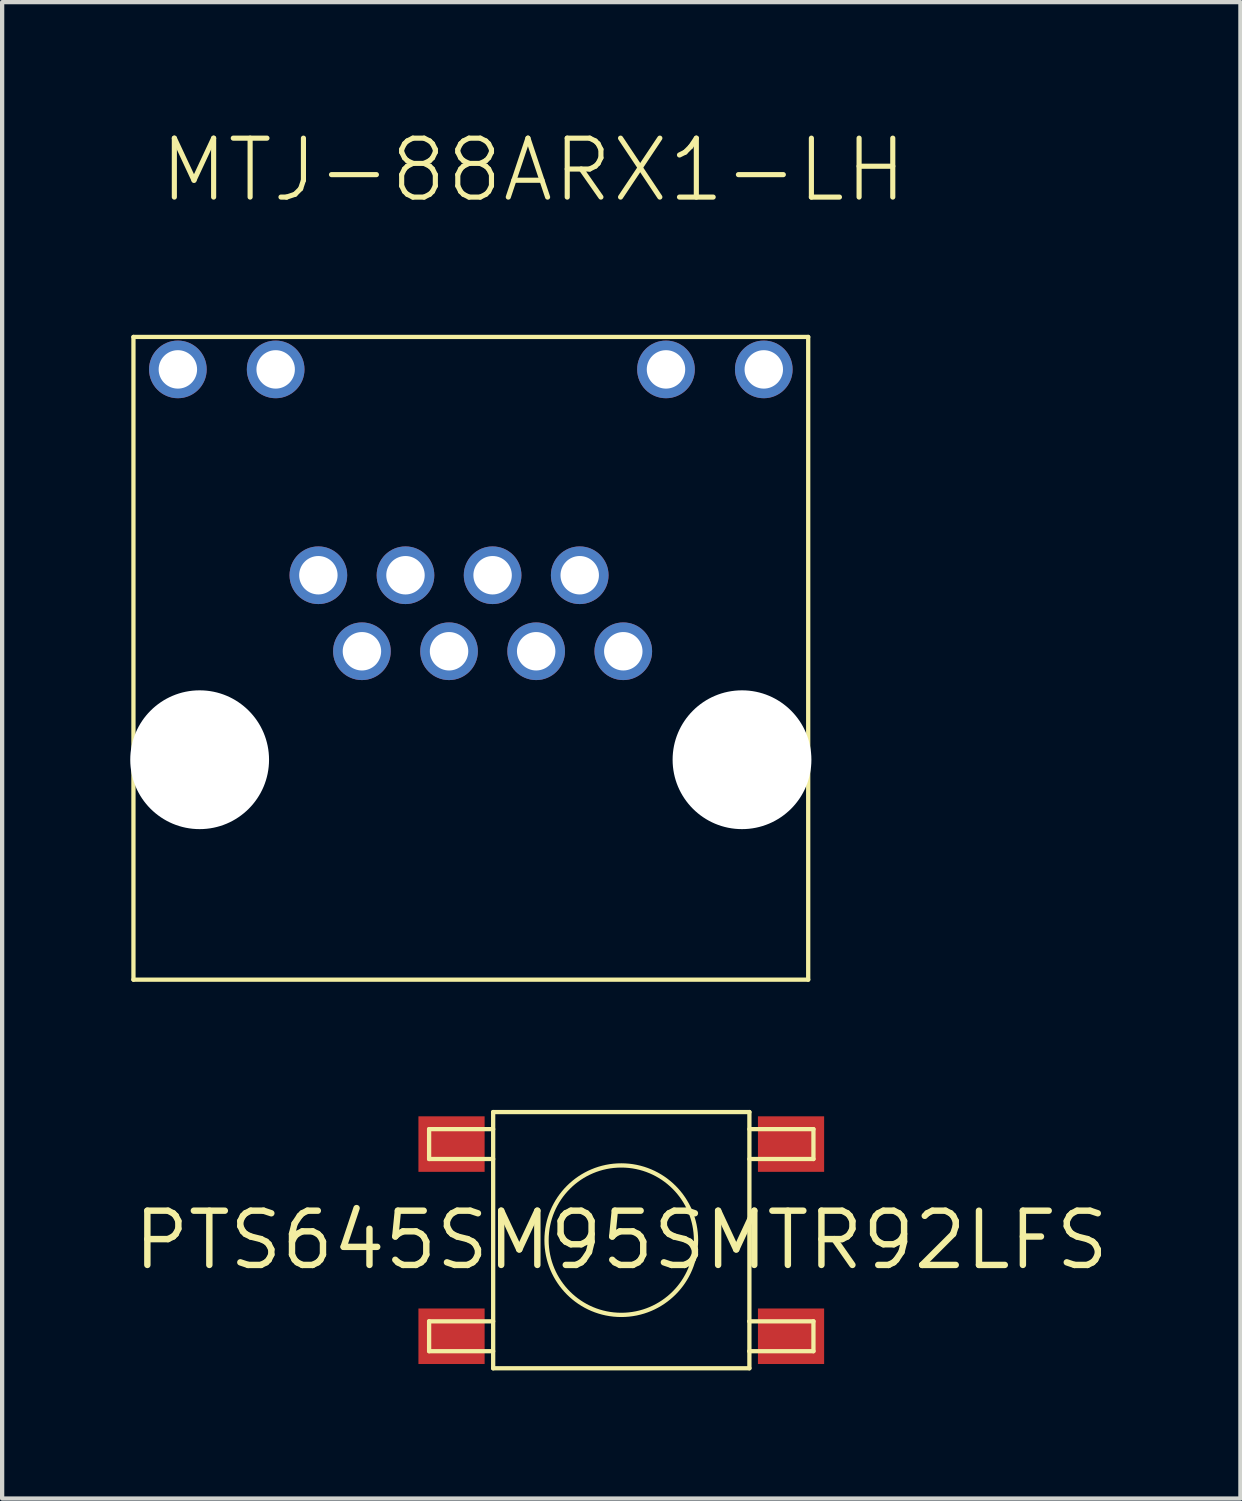
<source format=kicad_pcb>
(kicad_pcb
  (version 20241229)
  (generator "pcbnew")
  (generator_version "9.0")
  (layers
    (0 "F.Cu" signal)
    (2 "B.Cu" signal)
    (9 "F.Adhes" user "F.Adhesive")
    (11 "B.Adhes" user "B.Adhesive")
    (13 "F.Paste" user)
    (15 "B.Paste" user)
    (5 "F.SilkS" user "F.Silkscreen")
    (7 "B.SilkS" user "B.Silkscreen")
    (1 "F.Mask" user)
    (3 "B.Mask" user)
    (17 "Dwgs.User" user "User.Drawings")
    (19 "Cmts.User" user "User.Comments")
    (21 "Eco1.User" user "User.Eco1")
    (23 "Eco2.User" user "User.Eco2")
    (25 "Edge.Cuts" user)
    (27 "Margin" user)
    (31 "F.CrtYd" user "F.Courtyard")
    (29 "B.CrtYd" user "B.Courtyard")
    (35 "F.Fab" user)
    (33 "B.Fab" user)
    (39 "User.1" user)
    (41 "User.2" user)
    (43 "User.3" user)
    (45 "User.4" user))
  (footprint "PTS645SM95SMTR92LFS"
    (layer "F.Cu")
    (at 11.498 25.99)
    (property "Reference" "PTS645SM95SMTR92LFS" (at 0 0 0) (layer "F.SilkS") (effects (font (size 1.27 1.27) (thickness 0.15))))
    (fp_line (start -4.5 -2.6) (end -3 -2.6) (stroke (width 0.1) (type solid)) (layer "F.SilkS"))
    (fp_line (start -4.5 -1.9) (end -4.5 -2.6) (stroke (width 0.1) (type solid)) (layer "F.SilkS"))
    (fp_line (start -4.5 1.9) (end -3 1.9) (stroke (width 0.1) (type solid)) (layer "F.SilkS"))
    (fp_line (start -4.5 2.6) (end -4.5 1.9) (stroke (width 0.1) (type solid)) (layer "F.SilkS"))
    (fp_line (start -3 -3) (end 3 -3) (stroke (width 0.1) (type solid)) (layer "F.SilkS"))
    (fp_line (start -3 -1.9) (end -4.5 -1.9) (stroke (width 0.1) (type solid)) (layer "F.SilkS"))
    (fp_line (start -3 2.6) (end -4.5 2.6) (stroke (width 0.1) (type solid)) (layer "F.SilkS"))
    (fp_line (start -3 3) (end -3 -3) (stroke (width 0.1) (type solid)) (layer "F.SilkS"))
    (fp_line (start 3 -3) (end 3 1.9) (stroke (width 0.1) (type solid)) (layer "F.SilkS"))
    (fp_line (start 3 -2.6) (end 4.5 -2.6) (stroke (width 0.1) (type solid)) (layer "F.SilkS"))
    (fp_line (start 3 1.9) (end 3 2.6) (stroke (width 0.1) (type solid)) (layer "F.SilkS"))
    (fp_line (start 3 1.9) (end 4.5 1.9) (stroke (width 0.1) (type solid)) (layer "F.SilkS"))
    (fp_line (start 3 2.6) (end 3 3) (stroke (width 0.1) (type solid)) (layer "F.SilkS"))
    (fp_line (start 3 3) (end -3 3) (stroke (width 0.1) (type solid)) (layer "F.SilkS"))
    (fp_line (start 4.5 -2.6) (end 4.5 -1.9) (stroke (width 0.1) (type solid)) (layer "F.SilkS"))
    (fp_line (start 4.5 -1.9) (end 3 -1.9) (stroke (width 0.1) (type solid)) (layer "F.SilkS"))
    (fp_line (start 4.5 1.9) (end 4.5 2.6) (stroke (width 0.1) (type solid)) (layer "F.SilkS"))
    (fp_line (start 4.5 2.6) (end 3 2.6) (stroke (width 0.1) (type solid)) (layer "F.SilkS"))
    (fp_circle (center 0 0) (end 1.75 0) (stroke (width 0.1) (type solid)) (fill no) (layer "F.SilkS"))
    (pad "1" smd rect (at -3.975 -2.25) (size 1.55 1.3) (layers "F.Cu" "F.Mask" "F.Paste"))
    (pad "2" smd rect (at 3.975 -2.25) (size 1.55 1.3) (layers "F.Cu" "F.Mask" "F.Paste"))
    (pad "3" smd rect (at -3.975 2.25) (size 1.55 1.3) (layers "F.Cu" "F.Mask" "F.Paste"))
    (pad "4" smd rect (at 3.975 2.25) (size 1.55 1.3) (layers "F.Cu" "F.Mask" "F.Paste")))
  (footprint "MTJ-88ARX1-LH"
    (layer "F.Cu")
    (at 1.625 14.74)
    (property "Reference" "MTJ-88ARX1-LH" (at -1 -13 0) (layer "F.SilkS") (effects (font (size 1.38 1.38) (thickness 0.12)) (justify left bottom)))
    (fp_line (start -1.55 -9.9) (end -1.55 5.15) (stroke (width 0.1) (type solid)) (layer "F.SilkS"))
    (fp_line (start -1.55 5.15) (end 14.25 5.15) (stroke (width 0.1) (type solid)) (layer "F.SilkS"))
    (fp_line (start 14.25 -9.9) (end -1.55 -9.9) (stroke (width 0.1) (type solid)) (layer "F.SilkS"))
    (fp_line (start 14.25 5.15) (end 14.25 -9.9) (stroke (width 0.1) (type solid)) (layer "F.SilkS"))
    (pad "" np_thru_hole circle (at 0 0) (size 3.25 3.25) (drill 3.25) (layers "*.Cu" "*.Mask"))
    (pad "" np_thru_hole circle (at 12.7 0) (size 3.25 3.25) (drill 3.25) (layers "*.Cu" "*.Mask"))
    (pad "1" thru_hole circle (at 9.92 -2.54) (size 1.35 1.35) (drill 0.9) (layers "*.Cu" "*.Mask"))
    (pad "2" thru_hole circle (at 8.9 -4.32) (size 1.35 1.35) (drill 0.9) (layers "*.Cu" "*.Mask"))
    (pad "3" thru_hole circle (at 7.88 -2.54) (size 1.35 1.35) (drill 0.9) (layers "*.Cu" "*.Mask"))
    (pad "4" thru_hole circle (at 6.86 -4.32) (size 1.35 1.35) (drill 0.9) (layers "*.Cu" "*.Mask"))
    (pad "5" thru_hole circle (at 5.84 -2.54) (size 1.35 1.35) (drill 0.9) (layers "*.Cu" "*.Mask"))
    (pad "6" thru_hole circle (at 4.82 -4.32) (size 1.35 1.35) (drill 0.9) (layers "*.Cu" "*.Mask"))
    (pad "7" thru_hole circle (at 3.8 -2.54) (size 1.35 1.35) (drill 0.9) (layers "*.Cu" "*.Mask"))
    (pad "8" thru_hole circle (at 2.78 -4.32) (size 1.35 1.35) (drill 0.9) (layers "*.Cu" "*.Mask"))
    (pad "LED1_A" thru_hole circle (at -0.51 -9.14) (size 1.35 1.35) (drill 0.9) (layers "*.Cu" "*.Mask"))
    (pad "LED1_K" thru_hole circle (at 1.78 -9.14) (size 1.35 1.35) (drill 0.9) (layers "*.Cu" "*.Mask"))
    (pad "LED2_A" thru_hole circle (at 10.92 -9.14) (size 1.35 1.35) (drill 0.9) (layers "*.Cu" "*.Mask"))
    (pad "LED2_K" thru_hole circle (at 13.21 -9.14) (size 1.35 1.35) (drill 0.9) (layers "*.Cu" "*.Mask")))
  (gr_rect
    (start -3 -3)
    (end 25.996 32.04)
    (stroke (width 0.1) (type default))
    (fill no)
    (layer "Edge.Cuts")))
</source>
